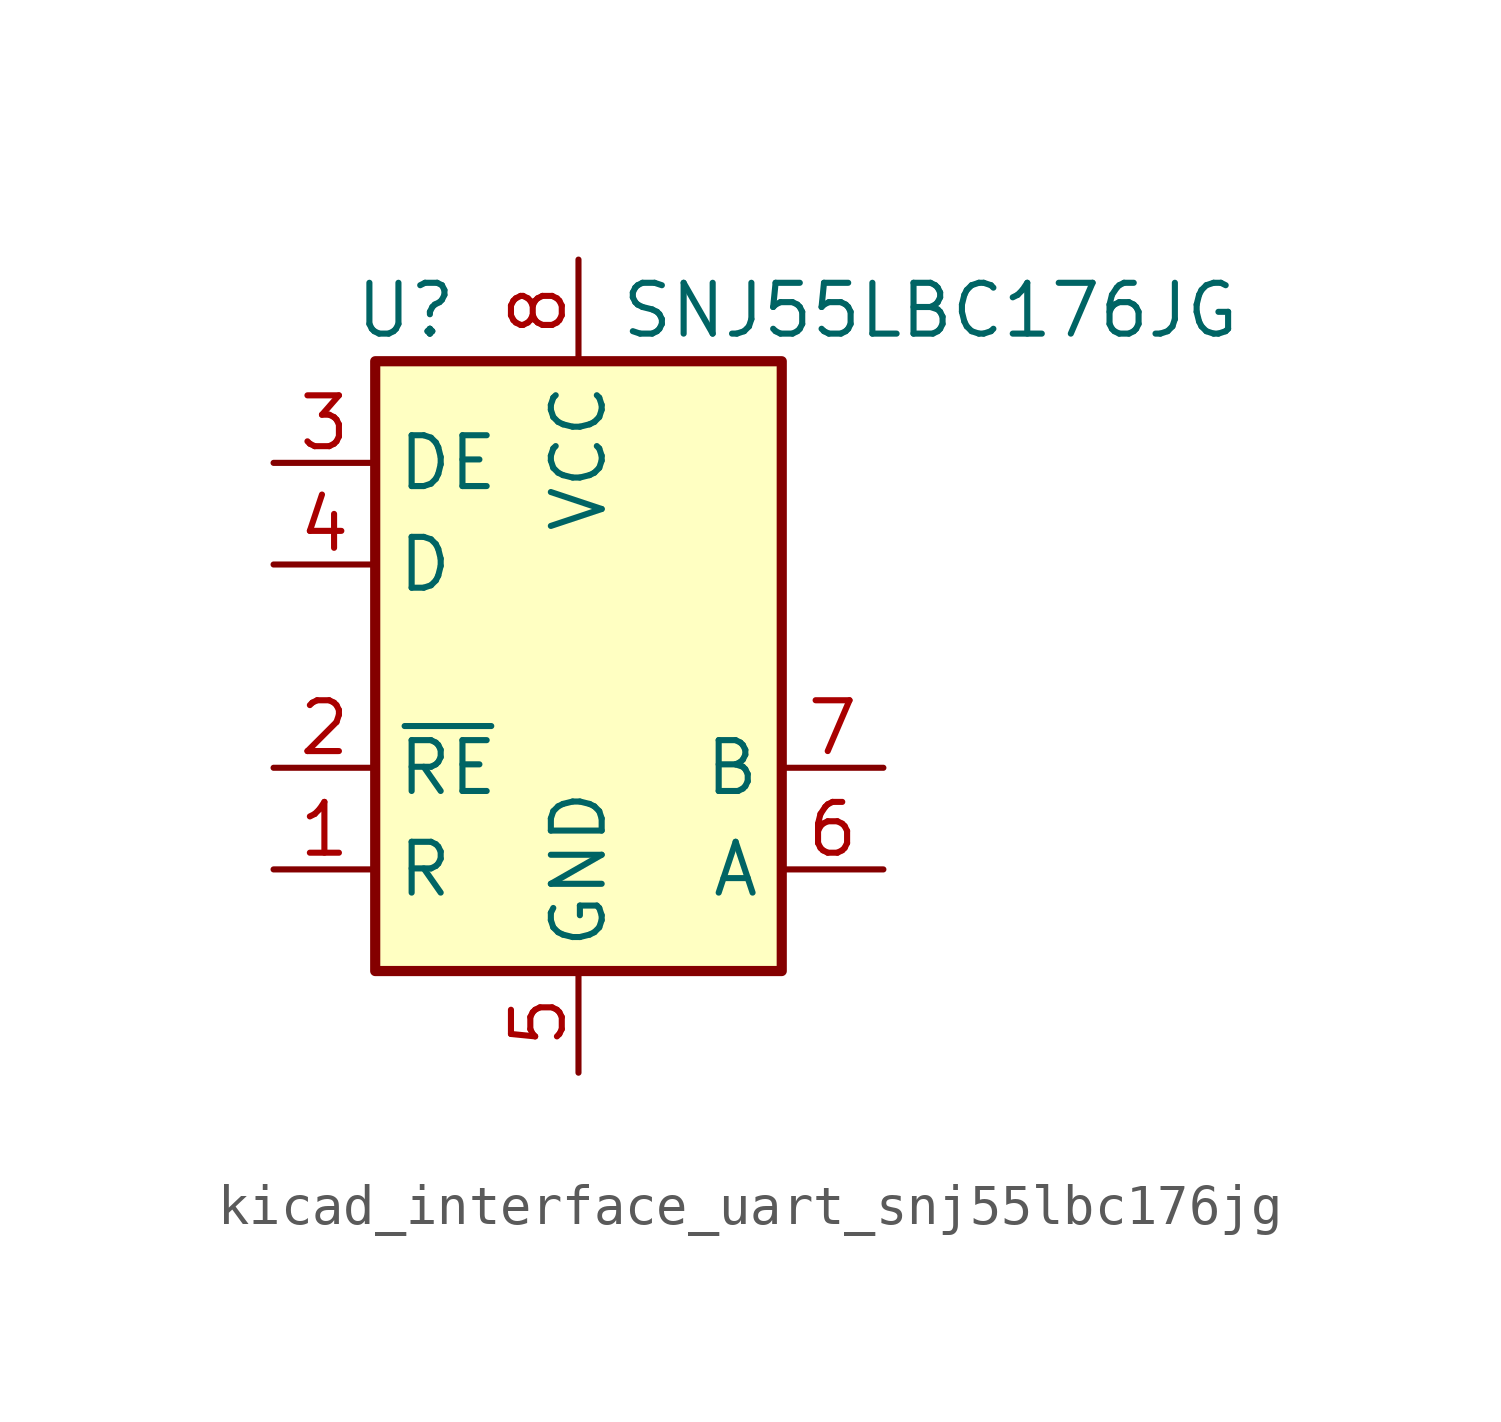
<source format=kicad_sym>
(kicad_symbol_lib
  (version 20220914)
  (generator kicad_symbol_editor)
  (symbol "kicad_interface_uart_snj55lbc176jg"
    (property "Reference" "U"
      (at -4.318 8.89 0)
      (effects (font (size 1.27 1.27))))
    (property "Value" "SNJ55LBC176JG"
      (at 1.016 8.89 0)
      (effects (font (size 1.27 1.27)) (justify left)))
    (symbol "kicad_interface_uart_snj55lbc176jg_0_1"
      (rectangle (start -5.08 7.62) (end 5.08 -7.62) (stroke (width 0.254) (type default)) (fill (type background))))
    (symbol "kicad_interface_uart_snj55lbc176jg_1_1"
      (pin output line (at -7.62 -5.08 0) (length 2.54) (name "R" (effects (font (size 1.27 1.27)))) (number "1" (effects (font (size 1.27 1.27)))))
      (pin input line (at -7.62 -2.54 0) (length 2.54) (name "~{RE}" (effects (font (size 1.27 1.27)))) (number "2" (effects (font (size 1.27 1.27)))))
      (pin input line (at -7.62 5.08 0) (length 2.54) (name "DE" (effects (font (size 1.27 1.27)))) (number "3" (effects (font (size 1.27 1.27)))))
      (pin input line (at -7.62 2.54 0) (length 2.54) (name "D" (effects (font (size 1.27 1.27)))) (number "4" (effects (font (size 1.27 1.27)))))
      (pin power_in line (at 0 -10.16 90) (length 2.54) (name "GND" (effects (font (size 1.27 1.27)))) (number "5" (effects (font (size 1.27 1.27)))))
      (pin bidirectional line (at 7.62 -5.08 180) (length 2.54) (name "A" (effects (font (size 1.27 1.27)))) (number "6" (effects (font (size 1.27 1.27)))))
      (pin bidirectional line (at 7.62 -2.54 180) (length 2.54) (name "B" (effects (font (size 1.27 1.27)))) (number "7" (effects (font (size 1.27 1.27)))))
      (pin power_in line (at 0 10.16 270) (length 2.54) (name "VCC" (effects (font (size 1.27 1.27)))) (number "8" (effects (font (size 1.27 1.27))))))))
</source>
